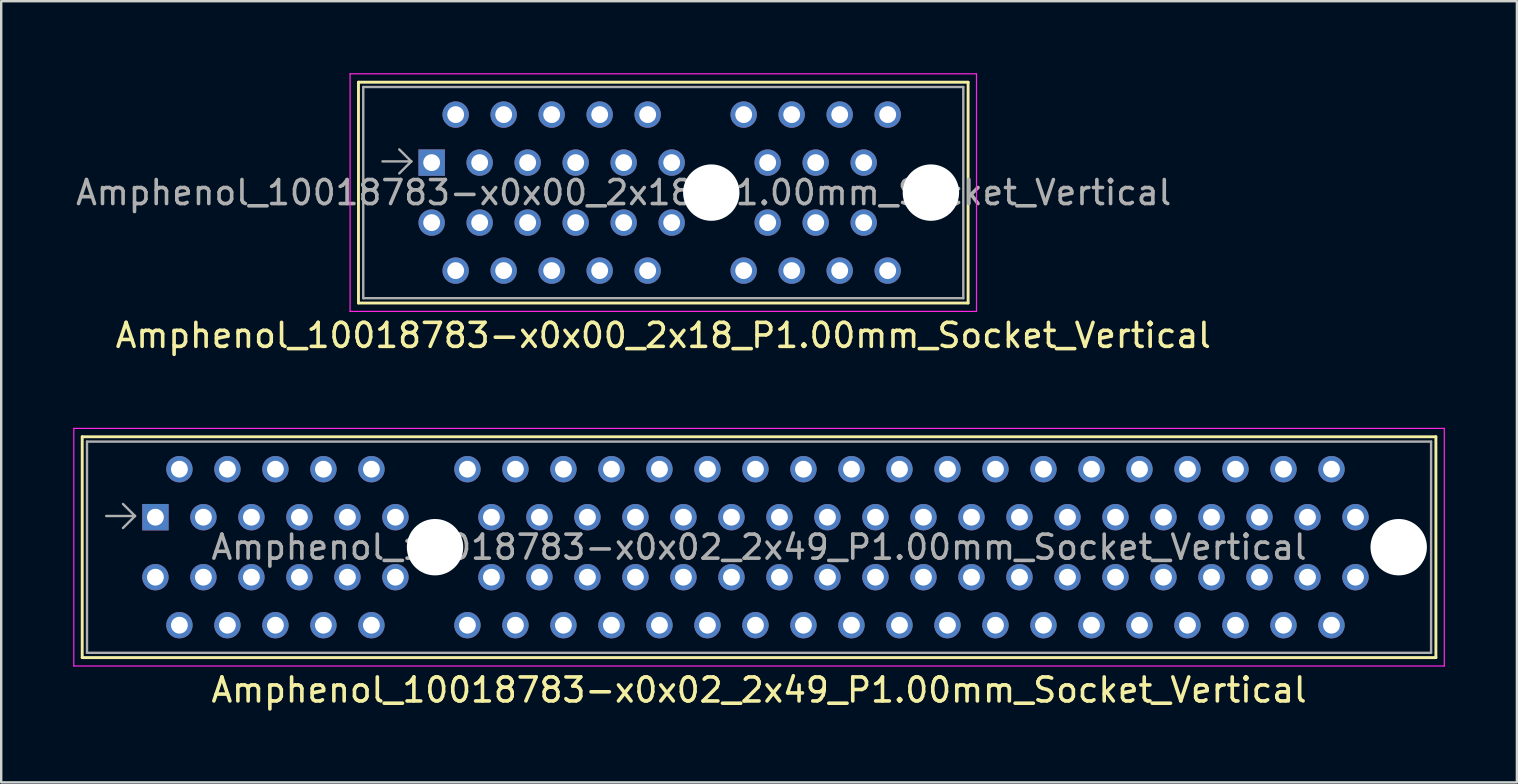
<source format=kicad_pcb>
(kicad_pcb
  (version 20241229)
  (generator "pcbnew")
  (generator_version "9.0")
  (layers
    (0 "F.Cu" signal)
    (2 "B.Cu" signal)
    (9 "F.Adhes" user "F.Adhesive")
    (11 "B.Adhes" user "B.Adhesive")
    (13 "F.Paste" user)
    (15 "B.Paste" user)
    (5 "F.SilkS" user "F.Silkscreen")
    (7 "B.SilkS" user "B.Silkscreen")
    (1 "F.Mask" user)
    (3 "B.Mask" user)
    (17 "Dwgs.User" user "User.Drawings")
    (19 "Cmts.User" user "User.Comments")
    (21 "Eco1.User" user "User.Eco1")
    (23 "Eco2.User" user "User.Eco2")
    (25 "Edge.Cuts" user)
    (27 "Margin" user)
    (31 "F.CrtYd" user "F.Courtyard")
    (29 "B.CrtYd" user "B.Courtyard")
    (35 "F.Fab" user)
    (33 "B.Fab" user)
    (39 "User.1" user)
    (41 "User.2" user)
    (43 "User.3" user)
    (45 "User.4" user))
  (footprint "Amphenol_10018783-x0x00_2x18_P1.00mm_Socket_Vertical"
    (layer "F.Cu")
    (at 14.935 3.725)
    (property "Reference" "Amphenol_10018783-x0x00_2x18_P1.00mm_Socket_Vertical" (at 9.65 7.2 0) (layer "F.SilkS") (effects (font (size 1 1) (thickness 0.15))))
    (attr through_hole)
    (fp_line (start -3.05 -3.35) (end -3.05 5.85) (stroke (width 0.12) (type solid)) (layer "F.SilkS"))
    (fp_line (start -3.05 5.85) (end 22.35 5.85) (stroke (width 0.12) (type solid)) (layer "F.SilkS"))
    (fp_line (start 22.35 -3.35) (end -3.05 -3.35) (stroke (width 0.12) (type solid)) (layer "F.SilkS"))
    (fp_line (start 22.35 5.85) (end 22.35 -3.35) (stroke (width 0.12) (type solid)) (layer "F.SilkS"))
    (fp_line (start -3.4 -3.7) (end -3.4 6.2) (stroke (width 0.05) (type solid)) (layer "F.CrtYd"))
    (fp_line (start -3.4 6.2) (end 22.7 6.2) (stroke (width 0.05) (type solid)) (layer "F.CrtYd"))
    (fp_line (start 22.7 -3.7) (end -3.4 -3.7) (stroke (width 0.05) (type solid)) (layer "F.CrtYd"))
    (fp_line (start 22.7 6.2) (end 22.7 -3.7) (stroke (width 0.05) (type solid)) (layer "F.CrtYd"))
    (fp_line (start -2.85 -3.15) (end -2.85 5.65) (stroke (width 0.1) (type solid)) (layer "F.Fab"))
    (fp_line (start -0.85 -0.05) (end -2.05 -0.05) (stroke (width 0.1) (type solid)) (layer "F.Fab"))
    (fp_line (start -0.85 -0.05) (end -1.35 -0.55) (stroke (width 0.1) (type solid)) (layer "F.Fab"))
    (fp_line (start -0.85 -0.05) (end -1.35 0.45) (stroke (width 0.1) (type solid)) (layer "F.Fab"))
    (fp_line (start 22.15 -3.15) (end -2.85 -3.15) (stroke (width 0.1) (type solid)) (layer "F.Fab"))
    (fp_line (start 22.15 -3.15) (end 22.15 5.65) (stroke (width 0.1) (type solid)) (layer "F.Fab"))
    (fp_line (start 22.15 5.65) (end -2.85 5.65) (stroke (width 0.1) (type solid)) (layer "F.Fab"))
    (fp_text user "${REFERENCE}" (at 8 1.25 0) (layer "F.Fab") (effects (font (size 1 1) (thickness 0.15))))
    (pad "" np_thru_hole circle (at 11.65 1.25) (size 2.35 2.35) (drill 2.35) (layers "*.Cu" "*.Mask"))
    (pad "" np_thru_hole circle (at 20.8 1.25) (size 2.35 2.35) (drill 2.35) (layers "*.Cu" "*.Mask"))
    (pad "A1" thru_hole rect (at 0 0) (size 1.1 1.1) (drill 0.7) (layers "*.Cu" "*.Mask"))
    (pad "A2" thru_hole circle (at 1 -2) (size 1.1 1.1) (drill 0.7) (layers "*.Cu" "*.Mask"))
    (pad "A3" thru_hole circle (at 2 0) (size 1.1 1.1) (drill 0.7) (layers "*.Cu" "*.Mask"))
    (pad "A4" thru_hole circle (at 3 -2) (size 1.1 1.1) (drill 0.7) (layers "*.Cu" "*.Mask"))
    (pad "A5" thru_hole circle (at 4 0) (size 1.1 1.1) (drill 0.7) (layers "*.Cu" "*.Mask"))
    (pad "A6" thru_hole circle (at 5 -2) (size 1.1 1.1) (drill 0.7) (layers "*.Cu" "*.Mask"))
    (pad "A7" thru_hole circle (at 6 0) (size 1.1 1.1) (drill 0.7) (layers "*.Cu" "*.Mask"))
    (pad "A8" thru_hole circle (at 7 -2) (size 1.1 1.1) (drill 0.7) (layers "*.Cu" "*.Mask"))
    (pad "A9" thru_hole circle (at 8 0) (size 1.1 1.1) (drill 0.7) (layers "*.Cu" "*.Mask"))
    (pad "A10" thru_hole circle (at 9 -2) (size 1.1 1.1) (drill 0.7) (layers "*.Cu" "*.Mask"))
    (pad "A11" thru_hole circle (at 10 0) (size 1.1 1.1) (drill 0.7) (layers "*.Cu" "*.Mask"))
    (pad "A12" thru_hole circle (at 13 -2) (size 1.1 1.1) (drill 0.7) (layers "*.Cu" "*.Mask"))
    (pad "A13" thru_hole circle (at 14 0) (size 1.1 1.1) (drill 0.7) (layers "*.Cu" "*.Mask"))
    (pad "A14" thru_hole circle (at 15 -2) (size 1.1 1.1) (drill 0.7) (layers "*.Cu" "*.Mask"))
    (pad "A15" thru_hole circle (at 16 0) (size 1.1 1.1) (drill 0.7) (layers "*.Cu" "*.Mask"))
    (pad "A16" thru_hole circle (at 17 -2) (size 1.1 1.1) (drill 0.7) (layers "*.Cu" "*.Mask"))
    (pad "A17" thru_hole circle (at 18 0) (size 1.1 1.1) (drill 0.7) (layers "*.Cu" "*.Mask"))
    (pad "A18" thru_hole circle (at 19 -2) (size 1.1 1.1) (drill 0.7) (layers "*.Cu" "*.Mask"))
    (pad "B1" thru_hole circle (at 0 2.5) (size 1.1 1.1) (drill 0.7) (layers "*.Cu" "*.Mask"))
    (pad "B2" thru_hole circle (at 1 4.5) (size 1.1 1.1) (drill 0.7) (layers "*.Cu" "*.Mask"))
    (pad "B3" thru_hole circle (at 2 2.5) (size 1.1 1.1) (drill 0.7) (layers "*.Cu" "*.Mask"))
    (pad "B4" thru_hole circle (at 3 4.5) (size 1.1 1.1) (drill 0.7) (layers "*.Cu" "*.Mask"))
    (pad "B5" thru_hole circle (at 4 2.5) (size 1.1 1.1) (drill 0.7) (layers "*.Cu" "*.Mask"))
    (pad "B6" thru_hole circle (at 5 4.5) (size 1.1 1.1) (drill 0.7) (layers "*.Cu" "*.Mask"))
    (pad "B7" thru_hole circle (at 6 2.5) (size 1.1 1.1) (drill 0.7) (layers "*.Cu" "*.Mask"))
    (pad "B8" thru_hole circle (at 7 4.5) (size 1.1 1.1) (drill 0.7) (layers "*.Cu" "*.Mask"))
    (pad "B9" thru_hole circle (at 8 2.5) (size 1.1 1.1) (drill 0.7) (layers "*.Cu" "*.Mask"))
    (pad "B10" thru_hole circle (at 9 4.5) (size 1.1 1.1) (drill 0.7) (layers "*.Cu" "*.Mask"))
    (pad "B11" thru_hole circle (at 10 2.5) (size 1.1 1.1) (drill 0.7) (layers "*.Cu" "*.Mask"))
    (pad "B12" thru_hole circle (at 13 4.5) (size 1.1 1.1) (drill 0.7) (layers "*.Cu" "*.Mask"))
    (pad "B13" thru_hole circle (at 14 2.5) (size 1.1 1.1) (drill 0.7) (layers "*.Cu" "*.Mask"))
    (pad "B14" thru_hole circle (at 15 4.5) (size 1.1 1.1) (drill 0.7) (layers "*.Cu" "*.Mask"))
    (pad "B15" thru_hole circle (at 16 2.5) (size 1.1 1.1) (drill 0.7) (layers "*.Cu" "*.Mask"))
    (pad "B16" thru_hole circle (at 17 4.5) (size 1.1 1.1) (drill 0.7) (layers "*.Cu" "*.Mask"))
    (pad "B17" thru_hole circle (at 18 2.5) (size 1.1 1.1) (drill 0.7) (layers "*.Cu" "*.Mask"))
    (pad "B18" thru_hole circle (at 19 4.5) (size 1.1 1.1) (drill 0.7) (layers "*.Cu" "*.Mask")))
  (footprint "Amphenol_10018783-x0x02_2x49_P1.00mm_Socket_Vertical"
    (layer "F.Cu")
    (at 3.425 18.498)
    (property "Reference" "Amphenol_10018783-x0x02_2x49_P1.00mm_Socket_Vertical" (at 25.15 7.2 0) (layer "F.SilkS") (effects (font (size 1 1) (thickness 0.15))))
    (attr through_hole)
    (fp_line (start -3.05 -3.35) (end -3.05 5.85) (stroke (width 0.12) (type solid)) (layer "F.SilkS"))
    (fp_line (start -3.05 5.85) (end 53.35 5.85) (stroke (width 0.12) (type solid)) (layer "F.SilkS"))
    (fp_line (start 53.35 -3.35) (end -3.05 -3.35) (stroke (width 0.12) (type solid)) (layer "F.SilkS"))
    (fp_line (start 53.35 5.85) (end 53.35 -3.35) (stroke (width 0.12) (type solid)) (layer "F.SilkS"))
    (fp_line (start -3.4 -3.7) (end -3.4 6.2) (stroke (width 0.05) (type solid)) (layer "F.CrtYd"))
    (fp_line (start -3.4 6.2) (end 53.7 6.2) (stroke (width 0.05) (type solid)) (layer "F.CrtYd"))
    (fp_line (start 53.7 -3.7) (end -3.4 -3.7) (stroke (width 0.05) (type solid)) (layer "F.CrtYd"))
    (fp_line (start 53.7 6.2) (end 53.7 -3.7) (stroke (width 0.05) (type solid)) (layer "F.CrtYd"))
    (fp_line (start -2.85 -3.15) (end -2.85 5.65) (stroke (width 0.1) (type solid)) (layer "F.Fab"))
    (fp_line (start -0.85 -0.05) (end -2.05 -0.05) (stroke (width 0.1) (type solid)) (layer "F.Fab"))
    (fp_line (start -0.85 -0.05) (end -1.35 -0.55) (stroke (width 0.1) (type solid)) (layer "F.Fab"))
    (fp_line (start -0.85 -0.05) (end -1.35 0.45) (stroke (width 0.1) (type solid)) (layer "F.Fab"))
    (fp_line (start 53.15 -3.15) (end -2.85 -3.15) (stroke (width 0.1) (type solid)) (layer "F.Fab"))
    (fp_line (start 53.15 -3.15) (end 53.15 5.65) (stroke (width 0.1) (type solid)) (layer "F.Fab"))
    (fp_line (start 53.15 5.65) (end -2.85 5.65) (stroke (width 0.1) (type solid)) (layer "F.Fab"))
    (fp_text user "${REFERENCE}" (at 25.15 1.25 0) (layer "F.Fab") (effects (font (size 1 1) (thickness 0.15))))
    (pad "" np_thru_hole circle (at 11.65 1.25) (size 2.35 2.35) (drill 2.35) (layers "*.Cu" "*.Mask"))
    (pad "" np_thru_hole circle (at 51.8 1.25) (size 2.35 2.35) (drill 2.35) (layers "*.Cu" "*.Mask"))
    (pad "A1" thru_hole rect (at 0 0) (size 1.1 1.1) (drill 0.7) (layers "*.Cu" "*.Mask"))
    (pad "A2" thru_hole circle (at 1 -2) (size 1.1 1.1) (drill 0.7) (layers "*.Cu" "*.Mask"))
    (pad "A3" thru_hole circle (at 2 0) (size 1.1 1.1) (drill 0.7) (layers "*.Cu" "*.Mask"))
    (pad "A4" thru_hole circle (at 3 -2) (size 1.1 1.1) (drill 0.7) (layers "*.Cu" "*.Mask"))
    (pad "A5" thru_hole circle (at 4 0) (size 1.1 1.1) (drill 0.7) (layers "*.Cu" "*.Mask"))
    (pad "A6" thru_hole circle (at 5 -2) (size 1.1 1.1) (drill 0.7) (layers "*.Cu" "*.Mask"))
    (pad "A7" thru_hole circle (at 6 0) (size 1.1 1.1) (drill 0.7) (layers "*.Cu" "*.Mask"))
    (pad "A8" thru_hole circle (at 7 -2) (size 1.1 1.1) (drill 0.7) (layers "*.Cu" "*.Mask"))
    (pad "A9" thru_hole circle (at 8 0) (size 1.1 1.1) (drill 0.7) (layers "*.Cu" "*.Mask"))
    (pad "A10" thru_hole circle (at 9 -2) (size 1.1 1.1) (drill 0.7) (layers "*.Cu" "*.Mask"))
    (pad "A11" thru_hole circle (at 10 0) (size 1.1 1.1) (drill 0.7) (layers "*.Cu" "*.Mask"))
    (pad "A12" thru_hole circle (at 13 -2) (size 1.1 1.1) (drill 0.7) (layers "*.Cu" "*.Mask"))
    (pad "A13" thru_hole circle (at 14 0) (size 1.1 1.1) (drill 0.7) (layers "*.Cu" "*.Mask"))
    (pad "A14" thru_hole circle (at 15 -2) (size 1.1 1.1) (drill 0.7) (layers "*.Cu" "*.Mask"))
    (pad "A15" thru_hole circle (at 16 0) (size 1.1 1.1) (drill 0.7) (layers "*.Cu" "*.Mask"))
    (pad "A16" thru_hole circle (at 17 -2) (size 1.1 1.1) (drill 0.7) (layers "*.Cu" "*.Mask"))
    (pad "A17" thru_hole circle (at 18 0) (size 1.1 1.1) (drill 0.7) (layers "*.Cu" "*.Mask"))
    (pad "A18" thru_hole circle (at 19 -2) (size 1.1 1.1) (drill 0.7) (layers "*.Cu" "*.Mask"))
    (pad "A19" thru_hole circle (at 20 0) (size 1.1 1.1) (drill 0.7) (layers "*.Cu" "*.Mask"))
    (pad "A20" thru_hole circle (at 21 -2) (size 1.1 1.1) (drill 0.7) (layers "*.Cu" "*.Mask"))
    (pad "A21" thru_hole circle (at 22 0) (size 1.1 1.1) (drill 0.7) (layers "*.Cu" "*.Mask"))
    (pad "A22" thru_hole circle (at 23 -2) (size 1.1 1.1) (drill 0.7) (layers "*.Cu" "*.Mask"))
    (pad "A23" thru_hole circle (at 24 0) (size 1.1 1.1) (drill 0.7) (layers "*.Cu" "*.Mask"))
    (pad "A24" thru_hole circle (at 25 -2) (size 1.1 1.1) (drill 0.7) (layers "*.Cu" "*.Mask"))
    (pad "A25" thru_hole circle (at 26 0) (size 1.1 1.1) (drill 0.7) (layers "*.Cu" "*.Mask"))
    (pad "A26" thru_hole circle (at 27 -2) (size 1.1 1.1) (drill 0.7) (layers "*.Cu" "*.Mask"))
    (pad "A27" thru_hole circle (at 28 0) (size 1.1 1.1) (drill 0.7) (layers "*.Cu" "*.Mask"))
    (pad "A28" thru_hole circle (at 29 -2) (size 1.1 1.1) (drill 0.7) (layers "*.Cu" "*.Mask"))
    (pad "A29" thru_hole circle (at 30 0) (size 1.1 1.1) (drill 0.7) (layers "*.Cu" "*.Mask"))
    (pad "A30" thru_hole circle (at 31 -2) (size 1.1 1.1) (drill 0.7) (layers "*.Cu" "*.Mask"))
    (pad "A31" thru_hole circle (at 32 0) (size 1.1 1.1) (drill 0.7) (layers "*.Cu" "*.Mask"))
    (pad "A32" thru_hole circle (at 33 -2) (size 1.1 1.1) (drill 0.7) (layers "*.Cu" "*.Mask"))
    (pad "A33" thru_hole circle (at 34 0) (size 1.1 1.1) (drill 0.7) (layers "*.Cu" "*.Mask"))
    (pad "A34" thru_hole circle (at 35 -2) (size 1.1 1.1) (drill 0.7) (layers "*.Cu" "*.Mask"))
    (pad "A35" thru_hole circle (at 36 0) (size 1.1 1.1) (drill 0.7) (layers "*.Cu" "*.Mask"))
    (pad "A36" thru_hole circle (at 37 -2) (size 1.1 1.1) (drill 0.7) (layers "*.Cu" "*.Mask"))
    (pad "A37" thru_hole circle (at 38 0) (size 1.1 1.1) (drill 0.7) (layers "*.Cu" "*.Mask"))
    (pad "A38" thru_hole circle (at 39 -2) (size 1.1 1.1) (drill 0.7) (layers "*.Cu" "*.Mask"))
    (pad "A39" thru_hole circle (at 40 0) (size 1.1 1.1) (drill 0.7) (layers "*.Cu" "*.Mask"))
    (pad "A40" thru_hole circle (at 41 -2) (size 1.1 1.1) (drill 0.7) (layers "*.Cu" "*.Mask"))
    (pad "A41" thru_hole circle (at 42 0) (size 1.1 1.1) (drill 0.7) (layers "*.Cu" "*.Mask"))
    (pad "A42" thru_hole circle (at 43 -2) (size 1.1 1.1) (drill 0.7) (layers "*.Cu" "*.Mask"))
    (pad "A43" thru_hole circle (at 44 0) (size 1.1 1.1) (drill 0.7) (layers "*.Cu" "*.Mask"))
    (pad "A44" thru_hole circle (at 45 -2) (size 1.1 1.1) (drill 0.7) (layers "*.Cu" "*.Mask"))
    (pad "A45" thru_hole circle (at 46 0) (size 1.1 1.1) (drill 0.7) (layers "*.Cu" "*.Mask"))
    (pad "A46" thru_hole circle (at 47 -2) (size 1.1 1.1) (drill 0.7) (layers "*.Cu" "*.Mask"))
    (pad "A47" thru_hole circle (at 48 0) (size 1.1 1.1) (drill 0.7) (layers "*.Cu" "*.Mask"))
    (pad "A48" thru_hole circle (at 49 -2) (size 1.1 1.1) (drill 0.7) (layers "*.Cu" "*.Mask"))
    (pad "A49" thru_hole circle (at 50 0) (size 1.1 1.1) (drill 0.7) (layers "*.Cu" "*.Mask"))
    (pad "B1" thru_hole circle (at 0 2.5) (size 1.1 1.1) (drill 0.7) (layers "*.Cu" "*.Mask"))
    (pad "B2" thru_hole circle (at 1 4.5) (size 1.1 1.1) (drill 0.7) (layers "*.Cu" "*.Mask"))
    (pad "B3" thru_hole circle (at 2 2.5) (size 1.1 1.1) (drill 0.7) (layers "*.Cu" "*.Mask"))
    (pad "B4" thru_hole circle (at 3 4.5) (size 1.1 1.1) (drill 0.7) (layers "*.Cu" "*.Mask"))
    (pad "B5" thru_hole circle (at 4 2.5) (size 1.1 1.1) (drill 0.7) (layers "*.Cu" "*.Mask"))
    (pad "B6" thru_hole circle (at 5 4.5) (size 1.1 1.1) (drill 0.7) (layers "*.Cu" "*.Mask"))
    (pad "B7" thru_hole circle (at 6 2.5) (size 1.1 1.1) (drill 0.7) (layers "*.Cu" "*.Mask"))
    (pad "B8" thru_hole circle (at 7 4.5) (size 1.1 1.1) (drill 0.7) (layers "*.Cu" "*.Mask"))
    (pad "B9" thru_hole circle (at 8 2.5) (size 1.1 1.1) (drill 0.7) (layers "*.Cu" "*.Mask"))
    (pad "B10" thru_hole circle (at 9 4.5) (size 1.1 1.1) (drill 0.7) (layers "*.Cu" "*.Mask"))
    (pad "B11" thru_hole circle (at 10 2.5) (size 1.1 1.1) (drill 0.7) (layers "*.Cu" "*.Mask"))
    (pad "B12" thru_hole circle (at 13 4.5) (size 1.1 1.1) (drill 0.7) (layers "*.Cu" "*.Mask"))
    (pad "B13" thru_hole circle (at 14 2.5) (size 1.1 1.1) (drill 0.7) (layers "*.Cu" "*.Mask"))
    (pad "B14" thru_hole circle (at 15 4.5) (size 1.1 1.1) (drill 0.7) (layers "*.Cu" "*.Mask"))
    (pad "B15" thru_hole circle (at 16 2.5) (size 1.1 1.1) (drill 0.7) (layers "*.Cu" "*.Mask"))
    (pad "B16" thru_hole circle (at 17 4.5) (size 1.1 1.1) (drill 0.7) (layers "*.Cu" "*.Mask"))
    (pad "B17" thru_hole circle (at 18 2.5) (size 1.1 1.1) (drill 0.7) (layers "*.Cu" "*.Mask"))
    (pad "B18" thru_hole circle (at 19 4.5) (size 1.1 1.1) (drill 0.7) (layers "*.Cu" "*.Mask"))
    (pad "B19" thru_hole circle (at 20 2.5) (size 1.1 1.1) (drill 0.7) (layers "*.Cu" "*.Mask"))
    (pad "B20" thru_hole circle (at 21 4.5) (size 1.1 1.1) (drill 0.7) (layers "*.Cu" "*.Mask"))
    (pad "B21" thru_hole circle (at 22 2.5) (size 1.1 1.1) (drill 0.7) (layers "*.Cu" "*.Mask"))
    (pad "B22" thru_hole circle (at 23 4.5) (size 1.1 1.1) (drill 0.7) (layers "*.Cu" "*.Mask"))
    (pad "B23" thru_hole circle (at 24 2.5) (size 1.1 1.1) (drill 0.7) (layers "*.Cu" "*.Mask"))
    (pad "B24" thru_hole circle (at 25 4.5) (size 1.1 1.1) (drill 0.7) (layers "*.Cu" "*.Mask"))
    (pad "B25" thru_hole circle (at 26 2.5) (size 1.1 1.1) (drill 0.7) (layers "*.Cu" "*.Mask"))
    (pad "B26" thru_hole circle (at 27 4.5) (size 1.1 1.1) (drill 0.7) (layers "*.Cu" "*.Mask"))
    (pad "B27" thru_hole circle (at 28 2.5) (size 1.1 1.1) (drill 0.7) (layers "*.Cu" "*.Mask"))
    (pad "B28" thru_hole circle (at 29 4.5) (size 1.1 1.1) (drill 0.7) (layers "*.Cu" "*.Mask"))
    (pad "B29" thru_hole circle (at 30 2.5) (size 1.1 1.1) (drill 0.7) (layers "*.Cu" "*.Mask"))
    (pad "B30" thru_hole circle (at 31 4.5) (size 1.1 1.1) (drill 0.7) (layers "*.Cu" "*.Mask"))
    (pad "B31" thru_hole circle (at 32 2.5) (size 1.1 1.1) (drill 0.7) (layers "*.Cu" "*.Mask"))
    (pad "B32" thru_hole circle (at 33 4.5) (size 1.1 1.1) (drill 0.7) (layers "*.Cu" "*.Mask"))
    (pad "B33" thru_hole circle (at 34 2.5) (size 1.1 1.1) (drill 0.7) (layers "*.Cu" "*.Mask"))
    (pad "B34" thru_hole circle (at 35 4.5) (size 1.1 1.1) (drill 0.7) (layers "*.Cu" "*.Mask"))
    (pad "B35" thru_hole circle (at 36 2.5) (size 1.1 1.1) (drill 0.7) (layers "*.Cu" "*.Mask"))
    (pad "B36" thru_hole circle (at 37 4.5) (size 1.1 1.1) (drill 0.7) (layers "*.Cu" "*.Mask"))
    (pad "B37" thru_hole circle (at 38 2.5) (size 1.1 1.1) (drill 0.7) (layers "*.Cu" "*.Mask"))
    (pad "B38" thru_hole circle (at 39 4.5) (size 1.1 1.1) (drill 0.7) (layers "*.Cu" "*.Mask"))
    (pad "B39" thru_hole circle (at 40 2.5) (size 1.1 1.1) (drill 0.7) (layers "*.Cu" "*.Mask"))
    (pad "B40" thru_hole circle (at 41 4.5) (size 1.1 1.1) (drill 0.7) (layers "*.Cu" "*.Mask"))
    (pad "B41" thru_hole circle (at 42 2.5) (size 1.1 1.1) (drill 0.7) (layers "*.Cu" "*.Mask"))
    (pad "B42" thru_hole circle (at 43 4.5) (size 1.1 1.1) (drill 0.7) (layers "*.Cu" "*.Mask"))
    (pad "B43" thru_hole circle (at 44 2.5) (size 1.1 1.1) (drill 0.7) (layers "*.Cu" "*.Mask"))
    (pad "B44" thru_hole circle (at 45 4.5) (size 1.1 1.1) (drill 0.7) (layers "*.Cu" "*.Mask"))
    (pad "B45" thru_hole circle (at 46 2.5) (size 1.1 1.1) (drill 0.7) (layers "*.Cu" "*.Mask"))
    (pad "B46" thru_hole circle (at 47 4.5) (size 1.1 1.1) (drill 0.7) (layers "*.Cu" "*.Mask"))
    (pad "B47" thru_hole circle (at 48 2.5) (size 1.1 1.1) (drill 0.7) (layers "*.Cu" "*.Mask"))
    (pad "B48" thru_hole circle (at 49 4.5) (size 1.1 1.1) (drill 0.7) (layers "*.Cu" "*.Mask"))
    (pad "B49" thru_hole circle (at 50 2.5) (size 1.1 1.1) (drill 0.7) (layers "*.Cu" "*.Mask")))
  (gr_rect
    (start -3 -3)
    (end 60.15 29.547)
    (stroke (width 0.1) (type default))
    (fill no)
    (layer "Edge.Cuts")))
</source>
